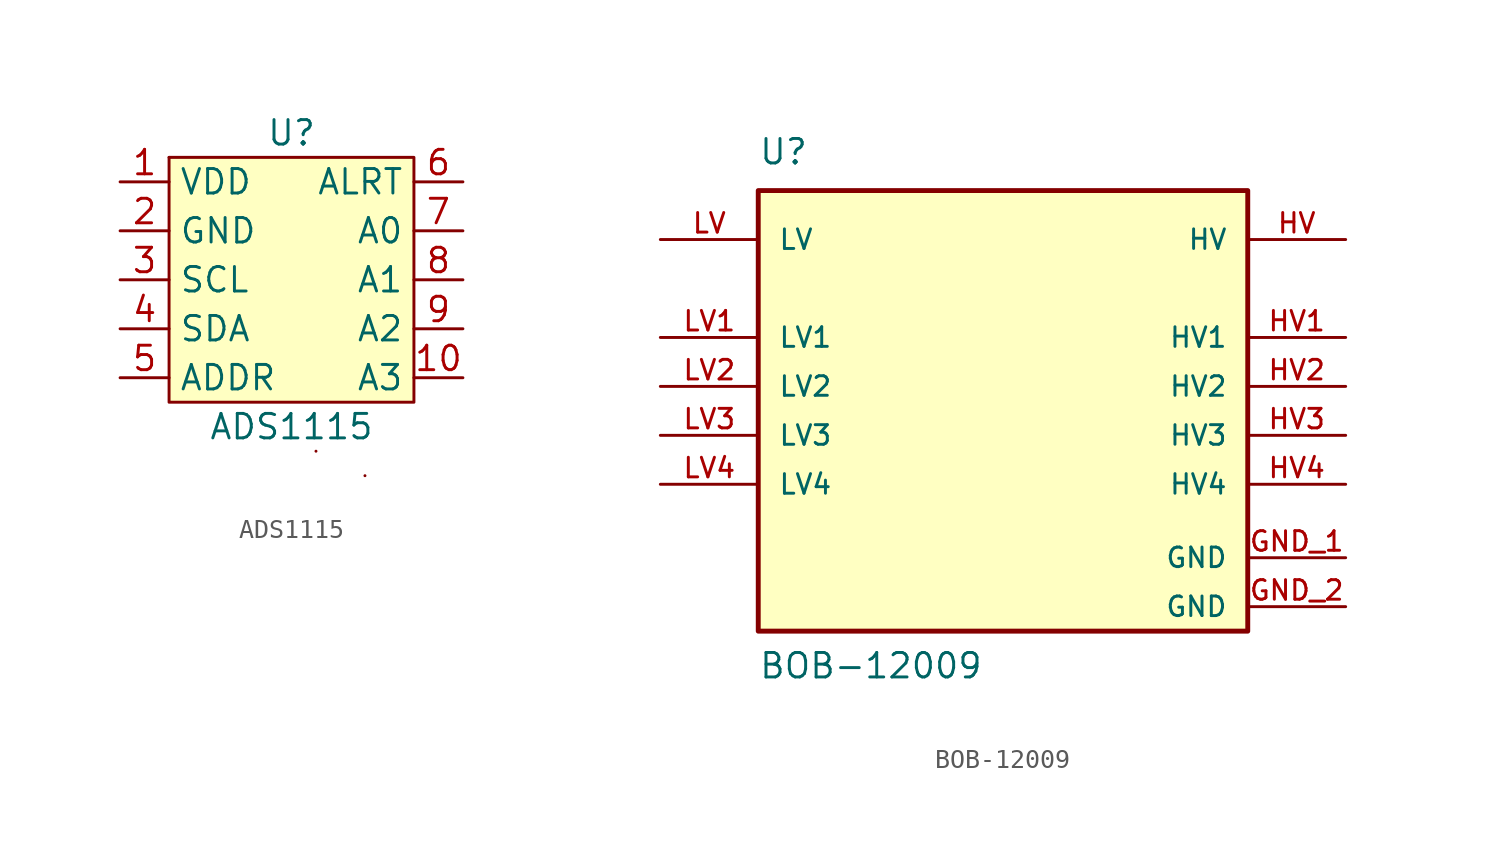
<source format=kicad_sym>
(kicad_symbol_lib
  (version 20231120)
  (generator "kicad_symbol_editor")
  (generator_version "8.0")
  (symbol "ADS1115"
    (property "Reference" "U"
      (at 0 7.62 0)
      (effects (font (size 1.27 1.27))))
    (property "Value" "ADS1115"
      (at 0 -7.62 0)
      (effects (font (size 1.27 1.27))))
    (symbol "ADS1115_0_1"
      (rectangle (start -6.35 6.35) (end -6.35 6.35) (stroke (width 0) (type default)) (fill (type none)))
      (rectangle (start -6.35 6.35) (end 6.35 -6.35) (stroke (width 0) (type default)) (fill (type background)))
      (rectangle (start 1.27 -8.89) (end 1.27 -8.89) (stroke (width 0) (type default)) (fill (type none)))
      (rectangle (start 3.81 -10.16) (end 3.81 -10.16) (stroke (width 0) (type default)) (fill (type none))))
    (symbol "ADS1115_1_1"
      (pin power_in line (at -8.89 5.08 0) (length 2.54) (name "VDD" (effects (font (size 1.27 1.27)))) (number "1" (effects (font (size 1.27 1.27)))))
      (pin input line (at 8.89 -5.08 180) (length 2.54) (name "A3" (effects (font (size 1.27 1.27)))) (number "10" (effects (font (size 1.27 1.27)))))
      (pin power_in line (at -8.89 2.54 0) (length 2.54) (name "GND" (effects (font (size 1.27 1.27)))) (number "2" (effects (font (size 1.27 1.27)))))
      (pin bidirectional line (at -8.89 0 0) (length 2.54) (name "SCL" (effects (font (size 1.27 1.27)))) (number "3" (effects (font (size 1.27 1.27)))))
      (pin bidirectional line (at -8.89 -2.54 0) (length 2.54) (name "SDA" (effects (font (size 1.27 1.27)))) (number "4" (effects (font (size 1.27 1.27)))))
      (pin bidirectional line (at -8.89 -5.08 0) (length 2.54) (name "ADDR" (effects (font (size 1.27 1.27)))) (number "5" (effects (font (size 1.27 1.27)))))
      (pin output line (at 8.89 5.08 180) (length 2.54) (name "ALRT" (effects (font (size 1.27 1.27)))) (number "6" (effects (font (size 1.27 1.27)))))
      (pin input line (at 8.89 2.54 180) (length 2.54) (name "A0" (effects (font (size 1.27 1.27)))) (number "7" (effects (font (size 1.27 1.27)))))
      (pin input line (at 8.89 0 180) (length 2.54) (name "A1" (effects (font (size 1.27 1.27)))) (number "8" (effects (font (size 1.27 1.27)))))
      (pin input line (at 8.89 -2.54 180) (length 2.54) (name "A2" (effects (font (size 1.27 1.27)))) (number "9" (effects (font (size 1.27 1.27)))))))
  (symbol "BOB-12009"
    (pin_names
      (offset 1.016))
    (property "Reference" "U"
      (at -12.7 11.43 0)
      (effects (font (size 1.27 1.27)) (justify left bottom)))
    (property "Value" "BOB-12009"
      (at -12.7 -15.24 0)
      (effects (font (size 1.27 1.27)) (justify left bottom)))
    (property "ki_locked" ""
      (at 0 0 0)
      (effects (font (size 1.27 1.27))))
    (symbol "BOB-12009_0_0"
      (rectangle (start -12.7 -12.7) (end 12.7 10.16) (stroke (width 0.254) (type default)) (fill (type background)))
      (pin power_in line (at 17.78 -8.89 180) (length 5.08) (name "GND" (effects (font (size 1.016 1.016)))) (number "GND_1" (effects (font (size 1.016 1.016)))))
      (pin power_in line (at 17.78 -11.43 180) (length 5.08) (name "GND" (effects (font (size 1.016 1.016)))) (number "GND_2" (effects (font (size 1.016 1.016)))))
      (pin bidirectional line (at 17.78 7.62 180) (length 5.08) (name "HV" (effects (font (size 1.016 1.016)))) (number "HV" (effects (font (size 1.016 1.016)))))
      (pin bidirectional line (at 17.78 2.54 180) (length 5.08) (name "HV1" (effects (font (size 1.016 1.016)))) (number "HV1" (effects (font (size 1.016 1.016)))))
      (pin bidirectional line (at 17.78 0 180) (length 5.08) (name "HV2" (effects (font (size 1.016 1.016)))) (number "HV2" (effects (font (size 1.016 1.016)))))
      (pin bidirectional line (at 17.78 -2.54 180) (length 5.08) (name "HV3" (effects (font (size 1.016 1.016)))) (number "HV3" (effects (font (size 1.016 1.016)))))
      (pin bidirectional line (at 17.78 -5.08 180) (length 5.08) (name "HV4" (effects (font (size 1.016 1.016)))) (number "HV4" (effects (font (size 1.016 1.016)))))
      (pin bidirectional line (at -17.78 7.62 0) (length 5.08) (name "LV" (effects (font (size 1.016 1.016)))) (number "LV" (effects (font (size 1.016 1.016)))))
      (pin bidirectional line (at -17.78 2.54 0) (length 5.08) (name "LV1" (effects (font (size 1.016 1.016)))) (number "LV1" (effects (font (size 1.016 1.016)))))
      (pin bidirectional line (at -17.78 0 0) (length 5.08) (name "LV2" (effects (font (size 1.016 1.016)))) (number "LV2" (effects (font (size 1.016 1.016)))))
      (pin bidirectional line (at -17.78 -2.54 0) (length 5.08) (name "LV3" (effects (font (size 1.016 1.016)))) (number "LV3" (effects (font (size 1.016 1.016)))))
      (pin bidirectional line (at -17.78 -5.08 0) (length 5.08) (name "LV4" (effects (font (size 1.016 1.016)))) (number "LV4" (effects (font (size 1.016 1.016))))))))
</source>
